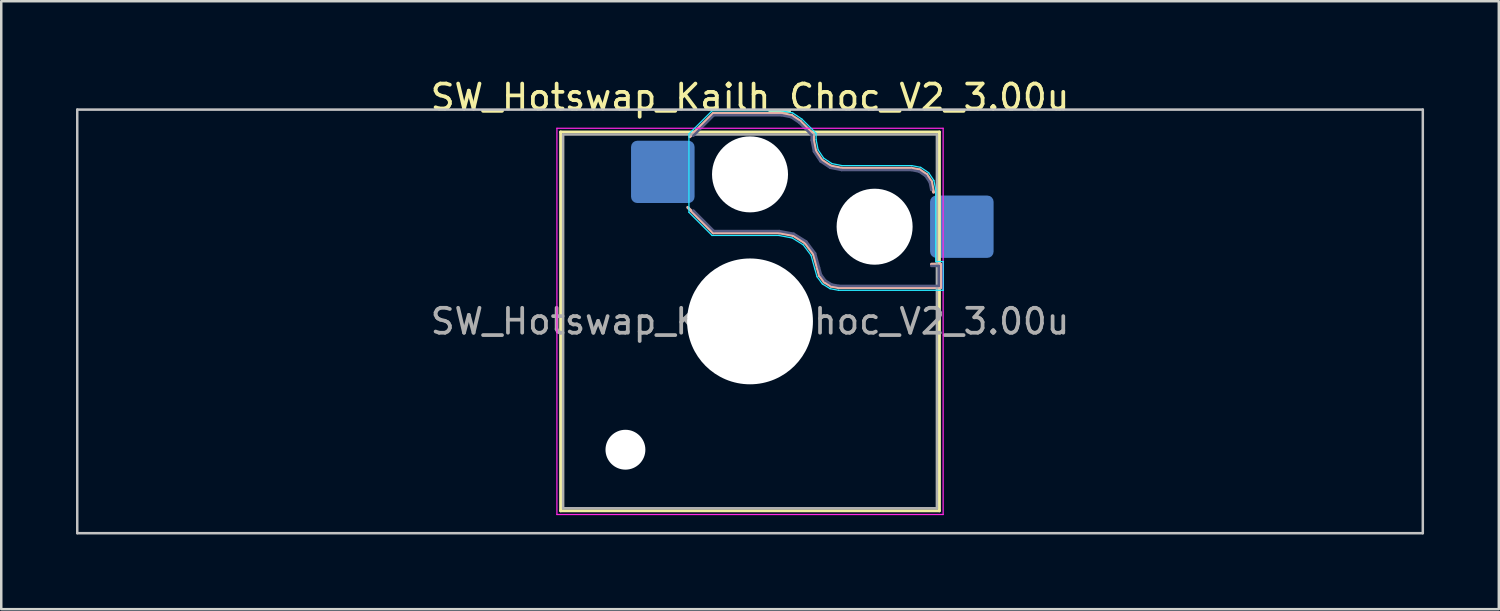
<source format=kicad_pcb>
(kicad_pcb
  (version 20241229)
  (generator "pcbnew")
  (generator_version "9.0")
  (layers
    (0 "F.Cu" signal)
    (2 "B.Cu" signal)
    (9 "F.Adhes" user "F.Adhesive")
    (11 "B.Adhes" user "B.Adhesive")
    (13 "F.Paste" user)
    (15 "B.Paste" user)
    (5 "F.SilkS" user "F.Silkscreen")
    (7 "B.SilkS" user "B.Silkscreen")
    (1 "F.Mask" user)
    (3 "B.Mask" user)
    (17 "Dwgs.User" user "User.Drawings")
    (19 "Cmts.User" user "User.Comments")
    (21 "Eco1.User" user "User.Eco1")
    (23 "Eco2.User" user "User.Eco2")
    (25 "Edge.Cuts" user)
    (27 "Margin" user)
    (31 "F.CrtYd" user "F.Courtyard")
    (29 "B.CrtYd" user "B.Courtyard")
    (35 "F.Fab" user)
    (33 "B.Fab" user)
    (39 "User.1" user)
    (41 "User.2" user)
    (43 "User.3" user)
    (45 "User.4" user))
  (footprint "SW_Hotswap_Kailh_Choc_V2_3.00u"
    (layer "F.Cu")
    (at 27.05 9.848)
    (property "Reference" "SW_Hotswap_Kailh_Choc_V2_3.00u" (at 0 -9 0) (layer "F.SilkS") (effects (font (size 1 1) (thickness 0.15))))
    (attr smd)
    (fp_line (start -7.6 -7.6) (end -7.6 7.6) (stroke (width 0.12) (type solid)) (layer "F.SilkS"))
    (fp_line (start -7.6 7.6) (end 7.6 7.6) (stroke (width 0.12) (type solid)) (layer "F.SilkS"))
    (fp_line (start 7.6 -7.6) (end -7.6 -7.6) (stroke (width 0.12) (type solid)) (layer "F.SilkS"))
    (fp_line (start 7.6 7.6) (end 7.6 -7.6) (stroke (width 0.12) (type solid)) (layer "F.SilkS"))
    (fp_line (start -2.416 -7.409) (end -1.479 -8.346) (stroke (width 0.12) (type solid)) (layer "B.SilkS"))
    (fp_line (start -1.479 -8.346) (end 1.268 -8.346) (stroke (width 0.12) (type solid)) (layer "B.SilkS"))
    (fp_line (start -1.479 -3.554) (end -2.5 -4.575) (stroke (width 0.12) (type solid)) (layer "B.SilkS"))
    (fp_line (start 1.168 -3.554) (end -1.479 -3.554) (stroke (width 0.12) (type solid)) (layer "B.SilkS"))
    (fp_line (start 1.268 -8.346) (end 1.671 -8.266) (stroke (width 0.12) (type solid)) (layer "B.SilkS"))
    (fp_line (start 1.671 -8.266) (end 2.013 -8.037) (stroke (width 0.12) (type solid)) (layer "B.SilkS"))
    (fp_line (start 1.73 -3.449) (end 1.168 -3.554) (stroke (width 0.12) (type solid)) (layer "B.SilkS"))
    (fp_line (start 2.013 -8.037) (end 2.546 -7.504) (stroke (width 0.12) (type solid)) (layer "B.SilkS"))
    (fp_line (start 2.209 -3.15) (end 1.73 -3.449) (stroke (width 0.12) (type solid)) (layer "B.SilkS"))
    (fp_line (start 2.546 -7.504) (end 2.546 -7.282) (stroke (width 0.12) (type solid)) (layer "B.SilkS"))
    (fp_line (start 2.546 -7.282) (end 2.633 -6.844) (stroke (width 0.12) (type solid)) (layer "B.SilkS"))
    (fp_line (start 2.547 -2.697) (end 2.209 -3.15) (stroke (width 0.12) (type solid)) (layer "B.SilkS"))
    (fp_line (start 2.633 -6.844) (end 2.877 -6.477) (stroke (width 0.12) (type solid)) (layer "B.SilkS"))
    (fp_line (start 2.701 -2.139) (end 2.547 -2.697) (stroke (width 0.12) (type solid)) (layer "B.SilkS"))
    (fp_line (start 2.783 -1.841) (end 2.701 -2.139) (stroke (width 0.12) (type solid)) (layer "B.SilkS"))
    (fp_line (start 2.877 -6.477) (end 3.244 -6.233) (stroke (width 0.12) (type solid)) (layer "B.SilkS"))
    (fp_line (start 2.976 -1.583) (end 2.783 -1.841) (stroke (width 0.12) (type solid)) (layer "B.SilkS"))
    (fp_line (start 3.244 -6.233) (end 3.682 -6.146) (stroke (width 0.12) (type solid)) (layer "B.SilkS"))
    (fp_line (start 3.25 -1.413) (end 2.976 -1.583) (stroke (width 0.12) (type solid)) (layer "B.SilkS"))
    (fp_line (start 3.56 -1.354) (end 3.25 -1.413) (stroke (width 0.12) (type solid)) (layer "B.SilkS"))
    (fp_line (start 3.682 -6.146) (end 6.482 -6.146) (stroke (width 0.12) (type solid)) (layer "B.SilkS"))
    (fp_line (start 6.482 -6.146) (end 6.809 -6.081) (stroke (width 0.12) (type solid)) (layer "B.SilkS"))
    (fp_line (start 6.809 -6.081) (end 7.092 -5.892) (stroke (width 0.12) (type solid)) (layer "B.SilkS"))
    (fp_line (start 7.092 -5.892) (end 7.281 -5.609) (stroke (width 0.12) (type solid)) (layer "B.SilkS"))
    (fp_line (start 7.281 -5.609) (end 7.366 -5.182) (stroke (width 0.12) (type solid)) (layer "B.SilkS"))
    (fp_line (start 7.283 -2.296) (end 7.646 -2.296) (stroke (width 0.12) (type solid)) (layer "B.SilkS"))
    (fp_line (start 7.646 -2.296) (end 7.646 -1.354) (stroke (width 0.12) (type solid)) (layer "B.SilkS"))
    (fp_line (start 7.646 -1.354) (end 3.56 -1.354) (stroke (width 0.12) (type solid)) (layer "B.SilkS"))
    (fp_line (start -27 -8.5) (end -27 8.5) (stroke (width 0.1) (type solid)) (layer "Dwgs.User"))
    (fp_line (start -27 8.5) (end 27 8.5) (stroke (width 0.1) (type solid)) (layer "Dwgs.User"))
    (fp_line (start 27 -8.5) (end -27 -8.5) (stroke (width 0.1) (type solid)) (layer "Dwgs.User"))
    (fp_line (start 27 8.5) (end 27 -8.5) (stroke (width 0.1) (type solid)) (layer "Dwgs.User"))
    (fp_line (start -7.25 -7.25) (end -7.25 7.25) (stroke (width 0.1) (type solid)) (layer "Eco1.User"))
    (fp_line (start -7.25 7.25) (end 7.25 7.25) (stroke (width 0.1) (type solid)) (layer "Eco1.User"))
    (fp_line (start 7.25 -7.25) (end -7.25 -7.25) (stroke (width 0.1) (type solid)) (layer "Eco1.User"))
    (fp_line (start 7.25 7.25) (end 7.25 -7.25) (stroke (width 0.1) (type solid)) (layer "Eco1.User"))
    (fp_line (start -2.452 -7.523) (end -1.523 -8.452) (stroke (width 0.05) (type solid)) (layer "B.CrtYd"))
    (fp_line (start -2.452 -4.377) (end -2.452 -7.523) (stroke (width 0.05) (type solid)) (layer "B.CrtYd"))
    (fp_line (start -1.523 -8.452) (end 1.278 -8.452) (stroke (width 0.05) (type solid)) (layer "B.CrtYd"))
    (fp_line (start -1.523 -3.448) (end -2.452 -4.377) (stroke (width 0.05) (type solid)) (layer "B.CrtYd"))
    (fp_line (start 1.159 -3.448) (end -1.523 -3.448) (stroke (width 0.05) (type solid)) (layer "B.CrtYd"))
    (fp_line (start 1.278 -8.452) (end 1.712 -8.366) (stroke (width 0.05) (type solid)) (layer "B.CrtYd"))
    (fp_line (start 1.691 -3.348) (end 1.159 -3.448) (stroke (width 0.05) (type solid)) (layer "B.CrtYd"))
    (fp_line (start 1.712 -8.366) (end 2.081 -8.119) (stroke (width 0.05) (type solid)) (layer "B.CrtYd"))
    (fp_line (start 2.081 -8.119) (end 2.652 -7.548) (stroke (width 0.05) (type solid)) (layer "B.CrtYd"))
    (fp_line (start 2.136 -3.071) (end 1.691 -3.348) (stroke (width 0.05) (type solid)) (layer "B.CrtYd"))
    (fp_line (start 2.45 -2.65) (end 2.136 -3.071) (stroke (width 0.05) (type solid)) (layer "B.CrtYd"))
    (fp_line (start 2.599 -2.111) (end 2.45 -2.65) (stroke (width 0.05) (type solid)) (layer "B.CrtYd"))
    (fp_line (start 2.652 -7.548) (end 2.652 -7.292) (stroke (width 0.05) (type solid)) (layer "B.CrtYd"))
    (fp_line (start 2.652 -7.292) (end 2.733 -6.885) (stroke (width 0.05) (type solid)) (layer "B.CrtYd"))
    (fp_line (start 2.687 -1.794) (end 2.599 -2.111) (stroke (width 0.05) (type solid)) (layer "B.CrtYd"))
    (fp_line (start 2.733 -6.885) (end 2.953 -6.553) (stroke (width 0.05) (type solid)) (layer "B.CrtYd"))
    (fp_line (start 2.903 -1.503) (end 2.687 -1.794) (stroke (width 0.05) (type solid)) (layer "B.CrtYd"))
    (fp_line (start 2.953 -6.553) (end 3.285 -6.333) (stroke (width 0.05) (type solid)) (layer "B.CrtYd"))
    (fp_line (start 3.211 -1.312) (end 2.903 -1.503) (stroke (width 0.05) (type solid)) (layer "B.CrtYd"))
    (fp_line (start 3.285 -6.333) (end 3.692 -6.252) (stroke (width 0.05) (type solid)) (layer "B.CrtYd"))
    (fp_line (start 3.55 -1.248) (end 3.211 -1.312) (stroke (width 0.05) (type solid)) (layer "B.CrtYd"))
    (fp_line (start 3.692 -6.252) (end 6.492 -6.252) (stroke (width 0.05) (type solid)) (layer "B.CrtYd"))
    (fp_line (start 6.492 -6.252) (end 6.85 -6.181) (stroke (width 0.05) (type solid)) (layer "B.CrtYd"))
    (fp_line (start 6.85 -6.181) (end 7.168 -5.968) (stroke (width 0.05) (type solid)) (layer "B.CrtYd"))
    (fp_line (start 7.168 -5.968) (end 7.381 -5.65) (stroke (width 0.05) (type solid)) (layer "B.CrtYd"))
    (fp_line (start 7.381 -5.65) (end 7.452 -5.292) (stroke (width 0.05) (type solid)) (layer "B.CrtYd"))
    (fp_line (start 7.452 -5.292) (end 7.452 -2.402) (stroke (width 0.05) (type solid)) (layer "B.CrtYd"))
    (fp_line (start 7.452 -2.402) (end 7.752 -2.402) (stroke (width 0.05) (type solid)) (layer "B.CrtYd"))
    (fp_line (start 7.752 -2.402) (end 7.752 -1.248) (stroke (width 0.05) (type solid)) (layer "B.CrtYd"))
    (fp_line (start 7.752 -1.248) (end 3.55 -1.248) (stroke (width 0.05) (type solid)) (layer "B.CrtYd"))
    (fp_line (start -7.75 -7.75) (end -7.75 7.75) (stroke (width 0.05) (type solid)) (layer "F.CrtYd"))
    (fp_line (start -7.75 7.75) (end 7.75 7.75) (stroke (width 0.05) (type solid)) (layer "F.CrtYd"))
    (fp_line (start 7.75 -7.75) (end -7.75 -7.75) (stroke (width 0.05) (type solid)) (layer "F.CrtYd"))
    (fp_line (start 7.75 7.75) (end 7.75 -7.75) (stroke (width 0.05) (type solid)) (layer "F.CrtYd"))
    (fp_line (start -2.275 -7.45) (end -1.45 -8.275) (stroke (width 0.1) (type solid)) (layer "B.Fab"))
    (fp_line (start -1.45 -8.275) (end 1.261 -8.275) (stroke (width 0.1) (type solid)) (layer "B.Fab"))
    (fp_line (start -1.45 -3.625) (end -2.275 -4.45) (stroke (width 0.1) (type solid)) (layer "B.Fab"))
    (fp_line (start 1.175 -3.625) (end -1.45 -3.625) (stroke (width 0.1) (type solid)) (layer "B.Fab"))
    (fp_line (start 1.261 -8.275) (end 1.643 -8.199) (stroke (width 0.1) (type solid)) (layer "B.Fab"))
    (fp_line (start 1.643 -8.199) (end 1.968 -7.982) (stroke (width 0.1) (type solid)) (layer "B.Fab"))
    (fp_line (start 1.756 -3.516) (end 1.175 -3.625) (stroke (width 0.1) (type solid)) (layer "B.Fab"))
    (fp_line (start 1.968 -7.982) (end 2.475 -7.475) (stroke (width 0.1) (type solid)) (layer "B.Fab"))
    (fp_line (start 2.258 -3.203) (end 1.756 -3.516) (stroke (width 0.1) (type solid)) (layer "B.Fab"))
    (fp_line (start 2.475 -7.475) (end 2.475 -7.275) (stroke (width 0.1) (type solid)) (layer "B.Fab"))
    (fp_line (start 2.475 -7.275) (end 2.566 -6.816) (stroke (width 0.1) (type solid)) (layer "B.Fab"))
    (fp_line (start 2.566 -6.816) (end 2.826 -6.426) (stroke (width 0.1) (type solid)) (layer "B.Fab"))
    (fp_line (start 2.612 -2.729) (end 2.258 -3.203) (stroke (width 0.1) (type solid)) (layer "B.Fab"))
    (fp_line (start 2.769 -2.158) (end 2.612 -2.729) (stroke (width 0.1) (type solid)) (layer "B.Fab"))
    (fp_line (start 2.826 -6.426) (end 3.216 -6.166) (stroke (width 0.1) (type solid)) (layer "B.Fab"))
    (fp_line (start 2.848 -1.873) (end 2.769 -2.158) (stroke (width 0.1) (type solid)) (layer "B.Fab"))
    (fp_line (start 3.025 -1.636) (end 2.848 -1.873) (stroke (width 0.1) (type solid)) (layer "B.Fab"))
    (fp_line (start 3.216 -6.166) (end 3.675 -6.075) (stroke (width 0.1) (type solid)) (layer "B.Fab"))
    (fp_line (start 3.276 -1.48) (end 3.025 -1.636) (stroke (width 0.1) (type solid)) (layer "B.Fab"))
    (fp_line (start 3.567 -1.425) (end 3.276 -1.48) (stroke (width 0.1) (type solid)) (layer "B.Fab"))
    (fp_line (start 3.675 -6.075) (end 6.475 -6.075) (stroke (width 0.1) (type solid)) (layer "B.Fab"))
    (fp_line (start 6.475 -6.075) (end 6.781 -6.014) (stroke (width 0.1) (type solid)) (layer "B.Fab"))
    (fp_line (start 6.781 -6.014) (end 7.041 -5.841) (stroke (width 0.1) (type solid)) (layer "B.Fab"))
    (fp_line (start 7.041 -5.841) (end 7.214 -5.581) (stroke (width 0.1) (type solid)) (layer "B.Fab"))
    (fp_line (start 7.214 -5.581) (end 7.275 -5.275) (stroke (width 0.1) (type solid)) (layer "B.Fab"))
    (fp_line (start 7.275 -2.225) (end 7.575 -2.225) (stroke (width 0.1) (type solid)) (layer "B.Fab"))
    (fp_line (start 7.575 -2.225) (end 7.575 -1.425) (stroke (width 0.1) (type solid)) (layer "B.Fab"))
    (fp_line (start 7.575 -1.425) (end 3.567 -1.425) (stroke (width 0.1) (type solid)) (layer "B.Fab"))
    (fp_line (start -7.5 -7.5) (end -7.5 7.5) (stroke (width 0.1) (type solid)) (layer "F.Fab"))
    (fp_line (start -7.5 7.5) (end 7.5 7.5) (stroke (width 0.1) (type solid)) (layer "F.Fab"))
    (fp_line (start 7.5 -7.5) (end -7.5 -7.5) (stroke (width 0.1) (type solid)) (layer "F.Fab"))
    (fp_line (start 7.5 7.5) (end 7.5 -7.5) (stroke (width 0.1) (type solid)) (layer "F.Fab"))
    (fp_text user "${REFERENCE}" (at 0 0 0) (layer "F.Fab") (effects (font (size 1 1) (thickness 0.15))))
    (pad "" np_thru_hole circle (at -5 5.15) (size 1.6 1.6) (drill 1.6) (layers "*.Cu" "*.Mask"))
    (pad "" np_thru_hole circle (at 0 -5.9) (size 3.05 3.05) (drill 3.05) (layers "*.Cu" "*.Mask"))
    (pad "" np_thru_hole circle (at 0 0) (size 5.05 5.05) (drill 5.05) (layers "*.Cu" "*.Mask"))
    (pad "" np_thru_hole circle (at 5 -3.8) (size 3.05 3.05) (drill 3.05) (layers "*.Cu" "*.Mask"))
    (pad "1" smd roundrect (at -3.5 -6) (size 2.55 2.5) (layers "B.Cu" "B.Mask" "B.Paste") (roundrect_rratio 0.1))
    (pad "2" smd roundrect (at 8.5 -3.8) (size 2.55 2.5) (layers "B.Cu" "B.Mask" "B.Paste") (roundrect_rratio 0.1)))
  (gr_rect
    (start -3 -3)
    (end 57.1 21.398)
    (stroke (width 0.1) (type default))
    (fill no)
    (layer "Edge.Cuts")))
</source>
